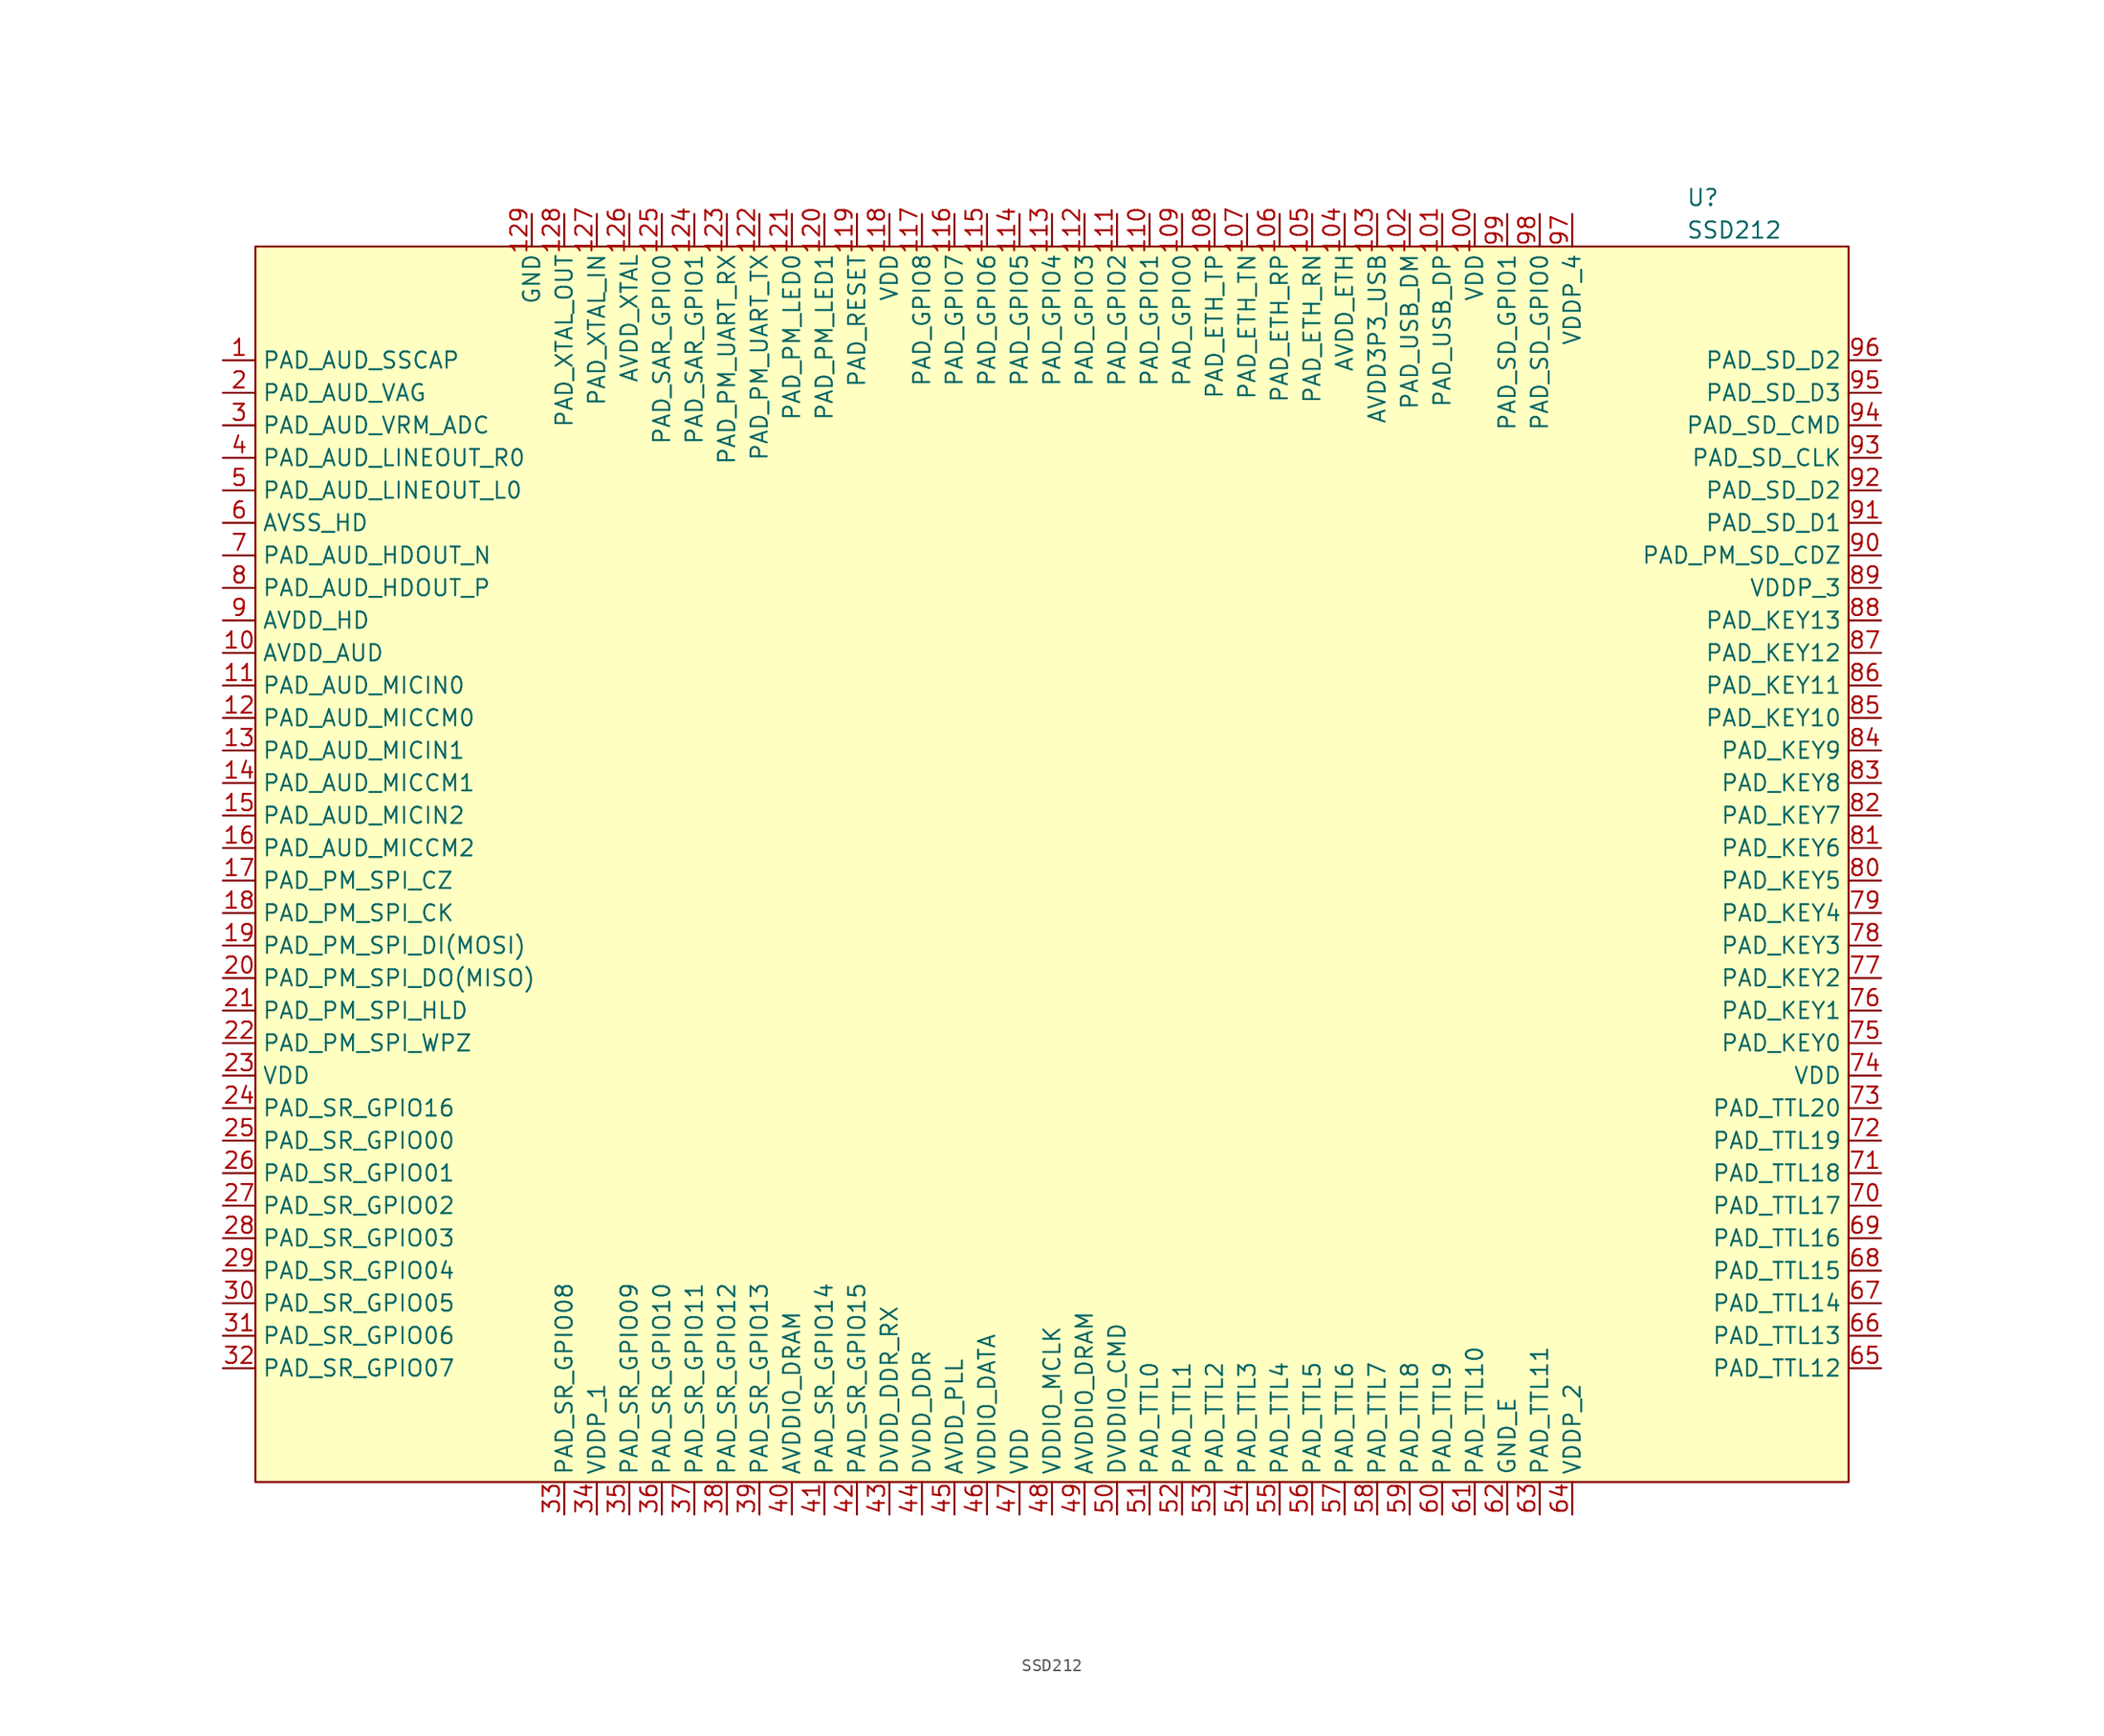
<source format=kicad_sym>
(kicad_symbol_lib
  (version 20241209)
  (generator "kicad_symbol_editor")
  (generator_version "9.0")
  (symbol "SSD212"
    (property "Reference" "U"
      (at 48.26 52.07 0)
      (effects (font (size 1.27 1.27)) (justify left)))
    (property "Value" "SSD212"
      (at 48.26 49.53 0)
      (effects (font (size 1.27 1.27)) (justify left)))
    (symbol "SSD212_0_0"
      (pin power_out line (at -66.04 39.37 0) (length 2.54) (name "PAD_AUD_SSCAP" (effects (font (size 1.27 1.27)))) (number "1" (effects (font (size 1.27 1.27)))))
      (pin power_out line (at -66.04 36.83 0) (length 2.54) (name "PAD_AUD_VAG" (effects (font (size 1.27 1.27)))) (number "2" (effects (font (size 1.27 1.27)))))
      (pin input line (at -66.04 34.29 0) (length 2.54) (name "PAD_AUD_VRM_ADC" (effects (font (size 1.27 1.27)))) (number "3" (effects (font (size 1.27 1.27)))))
      (pin output line (at -66.04 31.75 0) (length 2.54) (name "PAD_AUD_LINEOUT_R0" (effects (font (size 1.27 1.27)))) (number "4" (effects (font (size 1.27 1.27)))))
      (pin output line (at -66.04 29.21 0) (length 2.54) (name "PAD_AUD_LINEOUT_L0" (effects (font (size 1.27 1.27)))) (number "5" (effects (font (size 1.27 1.27)))))
      (pin power_in line (at -66.04 26.67 0) (length 2.54) (name "AVSS_HD" (effects (font (size 1.27 1.27)))) (number "6" (effects (font (size 1.27 1.27)))))
      (pin output line (at -66.04 24.13 0) (length 2.54) (name "PAD_AUD_HDOUT_N" (effects (font (size 1.27 1.27)))) (number "7" (effects (font (size 1.27 1.27)))))
      (pin output line (at -66.04 21.59 0) (length 2.54) (name "PAD_AUD_HDOUT_P" (effects (font (size 1.27 1.27)))) (number "8" (effects (font (size 1.27 1.27)))))
      (pin power_in line (at -66.04 19.05 0) (length 2.54) (name "AVDD_HD" (effects (font (size 1.27 1.27)))) (number "9" (effects (font (size 1.27 1.27)))))
      (pin power_in line (at -66.04 16.51 0) (length 2.54) (name "AVDD_AUD" (effects (font (size 1.27 1.27)))) (number "10" (effects (font (size 1.27 1.27)))))
      (pin input line (at -66.04 13.97 0) (length 2.54) (name "PAD_AUD_MICIN0" (effects (font (size 1.27 1.27)))) (number "11" (effects (font (size 1.27 1.27)))))
      (pin input line (at -66.04 11.43 0) (length 2.54) (name "PAD_AUD_MICCM0" (effects (font (size 1.27 1.27)))) (number "12" (effects (font (size 1.27 1.27)))))
      (pin input line (at -66.04 8.89 0) (length 2.54) (name "PAD_AUD_MICIN1" (effects (font (size 1.27 1.27)))) (number "13" (effects (font (size 1.27 1.27)))))
      (pin input line (at -66.04 6.35 0) (length 2.54) (name "PAD_AUD_MICCM1" (effects (font (size 1.27 1.27)))) (number "14" (effects (font (size 1.27 1.27)))))
      (pin input line (at -66.04 3.81 0) (length 2.54) (name "PAD_AUD_MICIN2" (effects (font (size 1.27 1.27)))) (number "15" (effects (font (size 1.27 1.27)))))
      (pin input line (at -66.04 1.27 0) (length 2.54) (name "PAD_AUD_MICCM2" (effects (font (size 1.27 1.27)))) (number "16" (effects (font (size 1.27 1.27)))))
      (pin output line (at -66.04 -1.27 0) (length 2.54) (name "PAD_PM_SPI_CZ" (effects (font (size 1.27 1.27)))) (number "17" (effects (font (size 1.27 1.27)))))
      (pin output line (at -66.04 -3.81 0) (length 2.54) (name "PAD_PM_SPI_CK" (effects (font (size 1.27 1.27)))) (number "18" (effects (font (size 1.27 1.27)))))
      (pin input line (at -66.04 -6.35 0) (length 2.54) (name "PAD_PM_SPI_DI(MOSI)" (effects (font (size 1.27 1.27)))) (number "19" (effects (font (size 1.27 1.27)))))
      (pin output line (at -66.04 -8.89 0) (length 2.54) (name "PAD_PM_SPI_DO(MISO)" (effects (font (size 1.27 1.27)))) (number "20" (effects (font (size 1.27 1.27)))))
      (pin output line (at -66.04 -11.43 0) (length 2.54) (name "PAD_PM_SPI_HLD" (effects (font (size 1.27 1.27)))) (number "21" (effects (font (size 1.27 1.27)))))
      (pin output line (at -66.04 -13.97 0) (length 2.54) (name "PAD_PM_SPI_WPZ" (effects (font (size 1.27 1.27)))) (number "22" (effects (font (size 1.27 1.27)))))
      (pin power_out line (at -66.04 -16.51 0) (length 2.54) (name "VDD" (effects (font (size 1.27 1.27)))) (number "23" (effects (font (size 1.27 1.27)))))
      (pin bidirectional line (at -66.04 -19.05 0) (length 2.54) (name "PAD_SR_GPIO16" (effects (font (size 1.27 1.27)))) (number "24" (effects (font (size 1.27 1.27)))))
      (pin bidirectional line (at -66.04 -21.59 0) (length 2.54) (name "PAD_SR_GPIO00" (effects (font (size 1.27 1.27)))) (number "25" (effects (font (size 1.27 1.27)))))
      (pin bidirectional line (at -66.04 -24.13 0) (length 2.54) (name "PAD_SR_GPIO01" (effects (font (size 1.27 1.27)))) (number "26" (effects (font (size 1.27 1.27)))))
      (pin bidirectional line (at -66.04 -26.67 0) (length 2.54) (name "PAD_SR_GPIO02" (effects (font (size 1.27 1.27)))) (number "27" (effects (font (size 1.27 1.27)))))
      (pin bidirectional line (at -66.04 -29.21 0) (length 2.54) (name "PAD_SR_GPIO03" (effects (font (size 1.27 1.27)))) (number "28" (effects (font (size 1.27 1.27)))))
      (pin bidirectional line (at -66.04 -31.75 0) (length 2.54) (name "PAD_SR_GPIO04" (effects (font (size 1.27 1.27)))) (number "29" (effects (font (size 1.27 1.27)))))
      (pin bidirectional line (at -66.04 -34.29 0) (length 2.54) (name "PAD_SR_GPIO05" (effects (font (size 1.27 1.27)))) (number "30" (effects (font (size 1.27 1.27)))))
      (pin bidirectional line (at -66.04 -36.83 0) (length 2.54) (name "PAD_SR_GPIO06" (effects (font (size 1.27 1.27)))) (number "31" (effects (font (size 1.27 1.27)))))
      (pin bidirectional line (at -66.04 -39.37 0) (length 2.54) (name "PAD_SR_GPIO07" (effects (font (size 1.27 1.27)))) (number "32" (effects (font (size 1.27 1.27)))))
      (pin bidirectional line (at -41.91 50.8 270) (length 2.54) (name "GND" (effects (font (size 1.27 1.27)))) (number "129" (effects (font (size 1.27 1.27)))))
      (pin bidirectional line (at -39.37 50.8 270) (length 2.54) (name "PAD_XTAL_OUT" (effects (font (size 1.27 1.27)))) (number "128" (effects (font (size 1.27 1.27)))))
      (pin bidirectional line (at -39.37 -50.8 90) (length 2.54) (name "PAD_SR_GPIO08" (effects (font (size 1.27 1.27)))) (number "33" (effects (font (size 1.27 1.27)))))
      (pin bidirectional line (at -36.83 50.8 270) (length 2.54) (name "PAD_XTAL_IN" (effects (font (size 1.27 1.27)))) (number "127" (effects (font (size 1.27 1.27)))))
      (pin power_in line (at -36.83 -50.8 90) (length 2.54) (name "VDDP_1" (effects (font (size 1.27 1.27)))) (number "34" (effects (font (size 1.27 1.27)))))
      (pin power_in line (at -34.29 50.8 270) (length 2.54) (name "AVDD_XTAL" (effects (font (size 1.27 1.27)))) (number "126" (effects (font (size 1.27 1.27)))))
      (pin bidirectional line (at -34.29 -50.8 90) (length 2.54) (name "PAD_SR_GPIO09" (effects (font (size 1.27 1.27)))) (number "35" (effects (font (size 1.27 1.27)))))
      (pin bidirectional line (at -31.75 50.8 270) (length 2.54) (name "PAD_SAR_GPIO0" (effects (font (size 1.27 1.27)))) (number "125" (effects (font (size 1.27 1.27)))))
      (pin bidirectional line (at -31.75 -50.8 90) (length 2.54) (name "PAD_SR_GPIO10" (effects (font (size 1.27 1.27)))) (number "36" (effects (font (size 1.27 1.27)))))
      (pin bidirectional line (at -29.21 50.8 270) (length 2.54) (name "PAD_SAR_GPIO1" (effects (font (size 1.27 1.27)))) (number "124" (effects (font (size 1.27 1.27)))))
      (pin bidirectional line (at -29.21 -50.8 90) (length 2.54) (name "PAD_SR_GPIO11" (effects (font (size 1.27 1.27)))) (number "37" (effects (font (size 1.27 1.27)))))
      (pin bidirectional line (at -26.67 50.8 270) (length 2.54) (name "PAD_PM_UART_RX" (effects (font (size 1.27 1.27)))) (number "123" (effects (font (size 1.27 1.27)))))
      (pin bidirectional line (at -26.67 -50.8 90) (length 2.54) (name "PAD_SR_GPIO12" (effects (font (size 1.27 1.27)))) (number "38" (effects (font (size 1.27 1.27)))))
      (pin bidirectional line (at -24.13 50.8 270) (length 2.54) (name "PAD_PM_UART_TX" (effects (font (size 1.27 1.27)))) (number "122" (effects (font (size 1.27 1.27)))))
      (pin bidirectional line (at -24.13 -50.8 90) (length 2.54) (name "PAD_SR_GPIO13" (effects (font (size 1.27 1.27)))) (number "39" (effects (font (size 1.27 1.27)))))
      (pin bidirectional line (at -21.59 50.8 270) (length 2.54) (name "PAD_PM_LED0" (effects (font (size 1.27 1.27)))) (number "121" (effects (font (size 1.27 1.27)))))
      (pin power_in line (at -21.59 -50.8 90) (length 2.54) (name "AVDDIO_DRAM" (effects (font (size 1.27 1.27)))) (number "40" (effects (font (size 1.27 1.27)))))
      (pin bidirectional line (at -19.05 50.8 270) (length 2.54) (name "PAD_PM_LED1" (effects (font (size 1.27 1.27)))) (number "120" (effects (font (size 1.27 1.27)))))
      (pin bidirectional line (at -19.05 -50.8 90) (length 2.54) (name "PAD_SR_GPIO14" (effects (font (size 1.27 1.27)))) (number "41" (effects (font (size 1.27 1.27)))))
      (pin input line (at -16.51 50.8 270) (length 2.54) (name "PAD_RESET" (effects (font (size 1.27 1.27)))) (number "119" (effects (font (size 1.27 1.27)))))
      (pin bidirectional line (at -16.51 -50.8 90) (length 2.54) (name "PAD_SR_GPIO15" (effects (font (size 1.27 1.27)))) (number "42" (effects (font (size 1.27 1.27)))))
      (pin power_in line (at -13.97 50.8 270) (length 2.54) (name "VDD" (effects (font (size 1.27 1.27)))) (number "118" (effects (font (size 1.27 1.27)))))
      (pin power_in line (at -13.97 -50.8 90) (length 2.54) (name "DVDD_DDR_RX" (effects (font (size 1.27 1.27)))) (number "43" (effects (font (size 1.27 1.27)))))
      (pin bidirectional line (at -11.43 50.8 270) (length 2.54) (name "PAD_GPIO8" (effects (font (size 1.27 1.27)))) (number "117" (effects (font (size 1.27 1.27)))))
      (pin power_in line (at -11.43 -50.8 90) (length 2.54) (name "DVDD_DDR" (effects (font (size 1.27 1.27)))) (number "44" (effects (font (size 1.27 1.27)))))
      (pin bidirectional line (at -8.89 50.8 270) (length 2.54) (name "PAD_GPIO7" (effects (font (size 1.27 1.27)))) (number "116" (effects (font (size 1.27 1.27)))))
      (pin power_in line (at -8.89 -50.8 90) (length 2.54) (name "AVDD_PLL" (effects (font (size 1.27 1.27)))) (number "45" (effects (font (size 1.27 1.27)))))
      (pin bidirectional line (at -6.35 50.8 270) (length 2.54) (name "PAD_GPIO6" (effects (font (size 1.27 1.27)))) (number "115" (effects (font (size 1.27 1.27)))))
      (pin power_in line (at -6.35 -50.8 90) (length 2.54) (name "VDDIO_DATA" (effects (font (size 1.27 1.27)))) (number "46" (effects (font (size 1.27 1.27)))))
      (pin bidirectional line (at -3.81 50.8 270) (length 2.54) (name "PAD_GPIO5" (effects (font (size 1.27 1.27)))) (number "114" (effects (font (size 1.27 1.27)))))
      (pin power_in line (at -3.81 -50.8 90) (length 2.54) (name "VDD" (effects (font (size 1.27 1.27)))) (number "47" (effects (font (size 1.27 1.27)))))
      (pin bidirectional line (at -1.27 50.8 270) (length 2.54) (name "PAD_GPIO4" (effects (font (size 1.27 1.27)))) (number "113" (effects (font (size 1.27 1.27)))))
      (pin power_in line (at -1.27 -50.8 90) (length 2.54) (name "VDDIO_MCLK" (effects (font (size 1.27 1.27)))) (number "48" (effects (font (size 1.27 1.27)))))
      (pin bidirectional line (at 1.27 50.8 270) (length 2.54) (name "PAD_GPIO3" (effects (font (size 1.27 1.27)))) (number "112" (effects (font (size 1.27 1.27)))))
      (pin power_in line (at 1.27 -50.8 90) (length 2.54) (name "AVDDIO_DRAM" (effects (font (size 1.27 1.27)))) (number "49" (effects (font (size 1.27 1.27)))))
      (pin bidirectional line (at 3.81 50.8 270) (length 2.54) (name "PAD_GPIO2" (effects (font (size 1.27 1.27)))) (number "111" (effects (font (size 1.27 1.27)))))
      (pin power_in line (at 3.81 -50.8 90) (length 2.54) (name "DVDDIO_CMD" (effects (font (size 1.27 1.27)))) (number "50" (effects (font (size 1.27 1.27)))))
      (pin bidirectional line (at 6.35 50.8 270) (length 2.54) (name "PAD_GPIO1" (effects (font (size 1.27 1.27)))) (number "110" (effects (font (size 1.27 1.27)))))
      (pin bidirectional line (at 6.35 -50.8 90) (length 2.54) (name "PAD_TTL0" (effects (font (size 1.27 1.27)))) (number "51" (effects (font (size 1.27 1.27)))))
      (pin bidirectional line (at 8.89 50.8 270) (length 2.54) (name "PAD_GPIO0" (effects (font (size 1.27 1.27)))) (number "109" (effects (font (size 1.27 1.27)))))
      (pin bidirectional line (at 8.89 -50.8 90) (length 2.54) (name "PAD_TTL1" (effects (font (size 1.27 1.27)))) (number "52" (effects (font (size 1.27 1.27)))))
      (pin bidirectional line (at 11.43 50.8 270) (length 2.54) (name "PAD_ETH_TP" (effects (font (size 1.27 1.27)))) (number "108" (effects (font (size 1.27 1.27)))))
      (pin bidirectional line (at 11.43 -50.8 90) (length 2.54) (name "PAD_TTL2" (effects (font (size 1.27 1.27)))) (number "53" (effects (font (size 1.27 1.27)))))
      (pin bidirectional line (at 13.97 50.8 270) (length 2.54) (name "PAD_ETH_TN" (effects (font (size 1.27 1.27)))) (number "107" (effects (font (size 1.27 1.27)))))
      (pin bidirectional line (at 13.97 -50.8 90) (length 2.54) (name "PAD_TTL3" (effects (font (size 1.27 1.27)))) (number "54" (effects (font (size 1.27 1.27)))))
      (pin bidirectional line (at 16.51 50.8 270) (length 2.54) (name "PAD_ETH_RP" (effects (font (size 1.27 1.27)))) (number "106" (effects (font (size 1.27 1.27)))))
      (pin bidirectional line (at 16.51 -50.8 90) (length 2.54) (name "PAD_TTL4" (effects (font (size 1.27 1.27)))) (number "55" (effects (font (size 1.27 1.27)))))
      (pin bidirectional line (at 19.05 50.8 270) (length 2.54) (name "PAD_ETH_RN" (effects (font (size 1.27 1.27)))) (number "105" (effects (font (size 1.27 1.27)))))
      (pin bidirectional line (at 19.05 -50.8 90) (length 2.54) (name "PAD_TTL5" (effects (font (size 1.27 1.27)))) (number "56" (effects (font (size 1.27 1.27)))))
      (pin power_in line (at 21.59 50.8 270) (length 2.54) (name "AVDD_ETH" (effects (font (size 1.27 1.27)))) (number "104" (effects (font (size 1.27 1.27)))))
      (pin bidirectional line (at 21.59 -50.8 90) (length 2.54) (name "PAD_TTL6" (effects (font (size 1.27 1.27)))) (number "57" (effects (font (size 1.27 1.27)))))
      (pin power_in line (at 24.13 50.8 270) (length 2.54) (name "AVDD3P3_USB" (effects (font (size 1.27 1.27)))) (number "103" (effects (font (size 1.27 1.27)))))
      (pin bidirectional line (at 24.13 -50.8 90) (length 2.54) (name "PAD_TTL7" (effects (font (size 1.27 1.27)))) (number "58" (effects (font (size 1.27 1.27)))))
      (pin bidirectional line (at 26.67 50.8 270) (length 2.54) (name "PAD_USB_DM" (effects (font (size 1.27 1.27)))) (number "102" (effects (font (size 1.27 1.27)))))
      (pin bidirectional line (at 26.67 -50.8 90) (length 2.54) (name "PAD_TTL8" (effects (font (size 1.27 1.27)))) (number "59" (effects (font (size 1.27 1.27)))))
      (pin bidirectional line (at 29.21 50.8 270) (length 2.54) (name "PAD_USB_DP" (effects (font (size 1.27 1.27)))) (number "101" (effects (font (size 1.27 1.27)))))
      (pin bidirectional line (at 29.21 -50.8 90) (length 2.54) (name "PAD_TTL9" (effects (font (size 1.27 1.27)))) (number "60" (effects (font (size 1.27 1.27)))))
      (pin power_in line (at 31.75 50.8 270) (length 2.54) (name "VDD" (effects (font (size 1.27 1.27)))) (number "100" (effects (font (size 1.27 1.27)))))
      (pin bidirectional line (at 31.75 -50.8 90) (length 2.54) (name "PAD_TTL10" (effects (font (size 1.27 1.27)))) (number "61" (effects (font (size 1.27 1.27)))))
      (pin bidirectional line (at 34.29 50.8 270) (length 2.54) (name "PAD_SD_GPIO1" (effects (font (size 1.27 1.27)))) (number "99" (effects (font (size 1.27 1.27)))))
      (pin power_in line (at 34.29 -50.8 90) (length 2.54) (name "GND_E" (effects (font (size 1.27 1.27)))) (number "62" (effects (font (size 1.27 1.27)))))
      (pin bidirectional line (at 36.83 50.8 270) (length 2.54) (name "PAD_SD_GPIO0" (effects (font (size 1.27 1.27)))) (number "98" (effects (font (size 1.27 1.27)))))
      (pin bidirectional line (at 36.83 -50.8 90) (length 2.54) (name "PAD_TTL11" (effects (font (size 1.27 1.27)))) (number "63" (effects (font (size 1.27 1.27)))))
      (pin power_in line (at 39.37 50.8 270) (length 2.54) (name "VDDP_4" (effects (font (size 1.27 1.27)))) (number "97" (effects (font (size 1.27 1.27)))))
      (pin power_in line (at 39.37 -50.8 90) (length 2.54) (name "VDDP_2" (effects (font (size 1.27 1.27)))) (number "64" (effects (font (size 1.27 1.27)))))
      (pin bidirectional line (at 63.5 39.37 180) (length 2.54) (name "PAD_SD_D2" (effects (font (size 1.27 1.27)))) (number "96" (effects (font (size 1.27 1.27)))))
      (pin bidirectional line (at 63.5 36.83 180) (length 2.54) (name "PAD_SD_D3" (effects (font (size 1.27 1.27)))) (number "95" (effects (font (size 1.27 1.27)))))
      (pin output line (at 63.5 34.29 180) (length 2.54) (name "PAD_SD_CMD" (effects (font (size 1.27 1.27)))) (number "94" (effects (font (size 1.27 1.27)))))
      (pin output line (at 63.5 31.75 180) (length 2.54) (name "PAD_SD_CLK" (effects (font (size 1.27 1.27)))) (number "93" (effects (font (size 1.27 1.27)))))
      (pin bidirectional line (at 63.5 29.21 180) (length 2.54) (name "PAD_SD_D2" (effects (font (size 1.27 1.27)))) (number "92" (effects (font (size 1.27 1.27)))))
      (pin bidirectional line (at 63.5 26.67 180) (length 2.54) (name "PAD_SD_D1" (effects (font (size 1.27 1.27)))) (number "91" (effects (font (size 1.27 1.27)))))
      (pin output line (at 63.5 24.13 180) (length 2.54) (name "PAD_PM_SD_CDZ" (effects (font (size 1.27 1.27)))) (number "90" (effects (font (size 1.27 1.27)))))
      (pin power_in line (at 63.5 21.59 180) (length 2.54) (name "VDDP_3" (effects (font (size 1.27 1.27)))) (number "89" (effects (font (size 1.27 1.27)))))
      (pin bidirectional line (at 63.5 19.05 180) (length 2.54) (name "PAD_KEY13" (effects (font (size 1.27 1.27)))) (number "88" (effects (font (size 1.27 1.27)))))
      (pin bidirectional line (at 63.5 16.51 180) (length 2.54) (name "PAD_KEY12" (effects (font (size 1.27 1.27)))) (number "87" (effects (font (size 1.27 1.27)))))
      (pin bidirectional line (at 63.5 13.97 180) (length 2.54) (name "PAD_KEY11" (effects (font (size 1.27 1.27)))) (number "86" (effects (font (size 1.27 1.27)))))
      (pin bidirectional line (at 63.5 11.43 180) (length 2.54) (name "PAD_KEY10" (effects (font (size 1.27 1.27)))) (number "85" (effects (font (size 1.27 1.27)))))
      (pin bidirectional line (at 63.5 8.89 180) (length 2.54) (name "PAD_KEY9" (effects (font (size 1.27 1.27)))) (number "84" (effects (font (size 1.27 1.27)))))
      (pin bidirectional line (at 63.5 6.35 180) (length 2.54) (name "PAD_KEY8" (effects (font (size 1.27 1.27)))) (number "83" (effects (font (size 1.27 1.27)))))
      (pin bidirectional line (at 63.5 3.81 180) (length 2.54) (name "PAD_KEY7" (effects (font (size 1.27 1.27)))) (number "82" (effects (font (size 1.27 1.27)))))
      (pin bidirectional line (at 63.5 1.27 180) (length 2.54) (name "PAD_KEY6" (effects (font (size 1.27 1.27)))) (number "81" (effects (font (size 1.27 1.27)))))
      (pin bidirectional line (at 63.5 -1.27 180) (length 2.54) (name "PAD_KEY5" (effects (font (size 1.27 1.27)))) (number "80" (effects (font (size 1.27 1.27)))))
      (pin bidirectional line (at 63.5 -3.81 180) (length 2.54) (name "PAD_KEY4" (effects (font (size 1.27 1.27)))) (number "79" (effects (font (size 1.27 1.27)))))
      (pin bidirectional line (at 63.5 -6.35 180) (length 2.54) (name "PAD_KEY3" (effects (font (size 1.27 1.27)))) (number "78" (effects (font (size 1.27 1.27)))))
      (pin bidirectional line (at 63.5 -8.89 180) (length 2.54) (name "PAD_KEY2" (effects (font (size 1.27 1.27)))) (number "77" (effects (font (size 1.27 1.27)))))
      (pin bidirectional line (at 63.5 -11.43 180) (length 2.54) (name "PAD_KEY1" (effects (font (size 1.27 1.27)))) (number "76" (effects (font (size 1.27 1.27)))))
      (pin bidirectional line (at 63.5 -13.97 180) (length 2.54) (name "PAD_KEY0" (effects (font (size 1.27 1.27)))) (number "75" (effects (font (size 1.27 1.27)))))
      (pin power_in line (at 63.5 -16.51 180) (length 2.54) (name "VDD" (effects (font (size 1.27 1.27)))) (number "74" (effects (font (size 1.27 1.27)))))
      (pin bidirectional line (at 63.5 -19.05 180) (length 2.54) (name "PAD_TTL20" (effects (font (size 1.27 1.27)))) (number "73" (effects (font (size 1.27 1.27)))))
      (pin bidirectional line (at 63.5 -21.59 180) (length 2.54) (name "PAD_TTL19" (effects (font (size 1.27 1.27)))) (number "72" (effects (font (size 1.27 1.27)))))
      (pin bidirectional line (at 63.5 -24.13 180) (length 2.54) (name "PAD_TTL18" (effects (font (size 1.27 1.27)))) (number "71" (effects (font (size 1.27 1.27)))))
      (pin bidirectional line (at 63.5 -26.67 180) (length 2.54) (name "PAD_TTL17" (effects (font (size 1.27 1.27)))) (number "70" (effects (font (size 1.27 1.27)))))
      (pin bidirectional line (at 63.5 -29.21 180) (length 2.54) (name "PAD_TTL16" (effects (font (size 1.27 1.27)))) (number "69" (effects (font (size 1.27 1.27)))))
      (pin bidirectional line (at 63.5 -31.75 180) (length 2.54) (name "PAD_TTL15" (effects (font (size 1.27 1.27)))) (number "68" (effects (font (size 1.27 1.27)))))
      (pin bidirectional line (at 63.5 -34.29 180) (length 2.54) (name "PAD_TTL14" (effects (font (size 1.27 1.27)))) (number "67" (effects (font (size 1.27 1.27)))))
      (pin bidirectional line (at 63.5 -36.83 180) (length 2.54) (name "PAD_TTL13" (effects (font (size 1.27 1.27)))) (number "66" (effects (font (size 1.27 1.27)))))
      (pin bidirectional line (at 63.5 -39.37 180) (length 2.54) (name "PAD_TTL12" (effects (font (size 1.27 1.27)))) (number "65" (effects (font (size 1.27 1.27))))))
    (symbol "SSD212_1_1"
      (rectangle (start -63.5 48.26) (end 60.96 -48.26) (stroke (width 0) (type solid)) (fill (type background))))))
</source>
